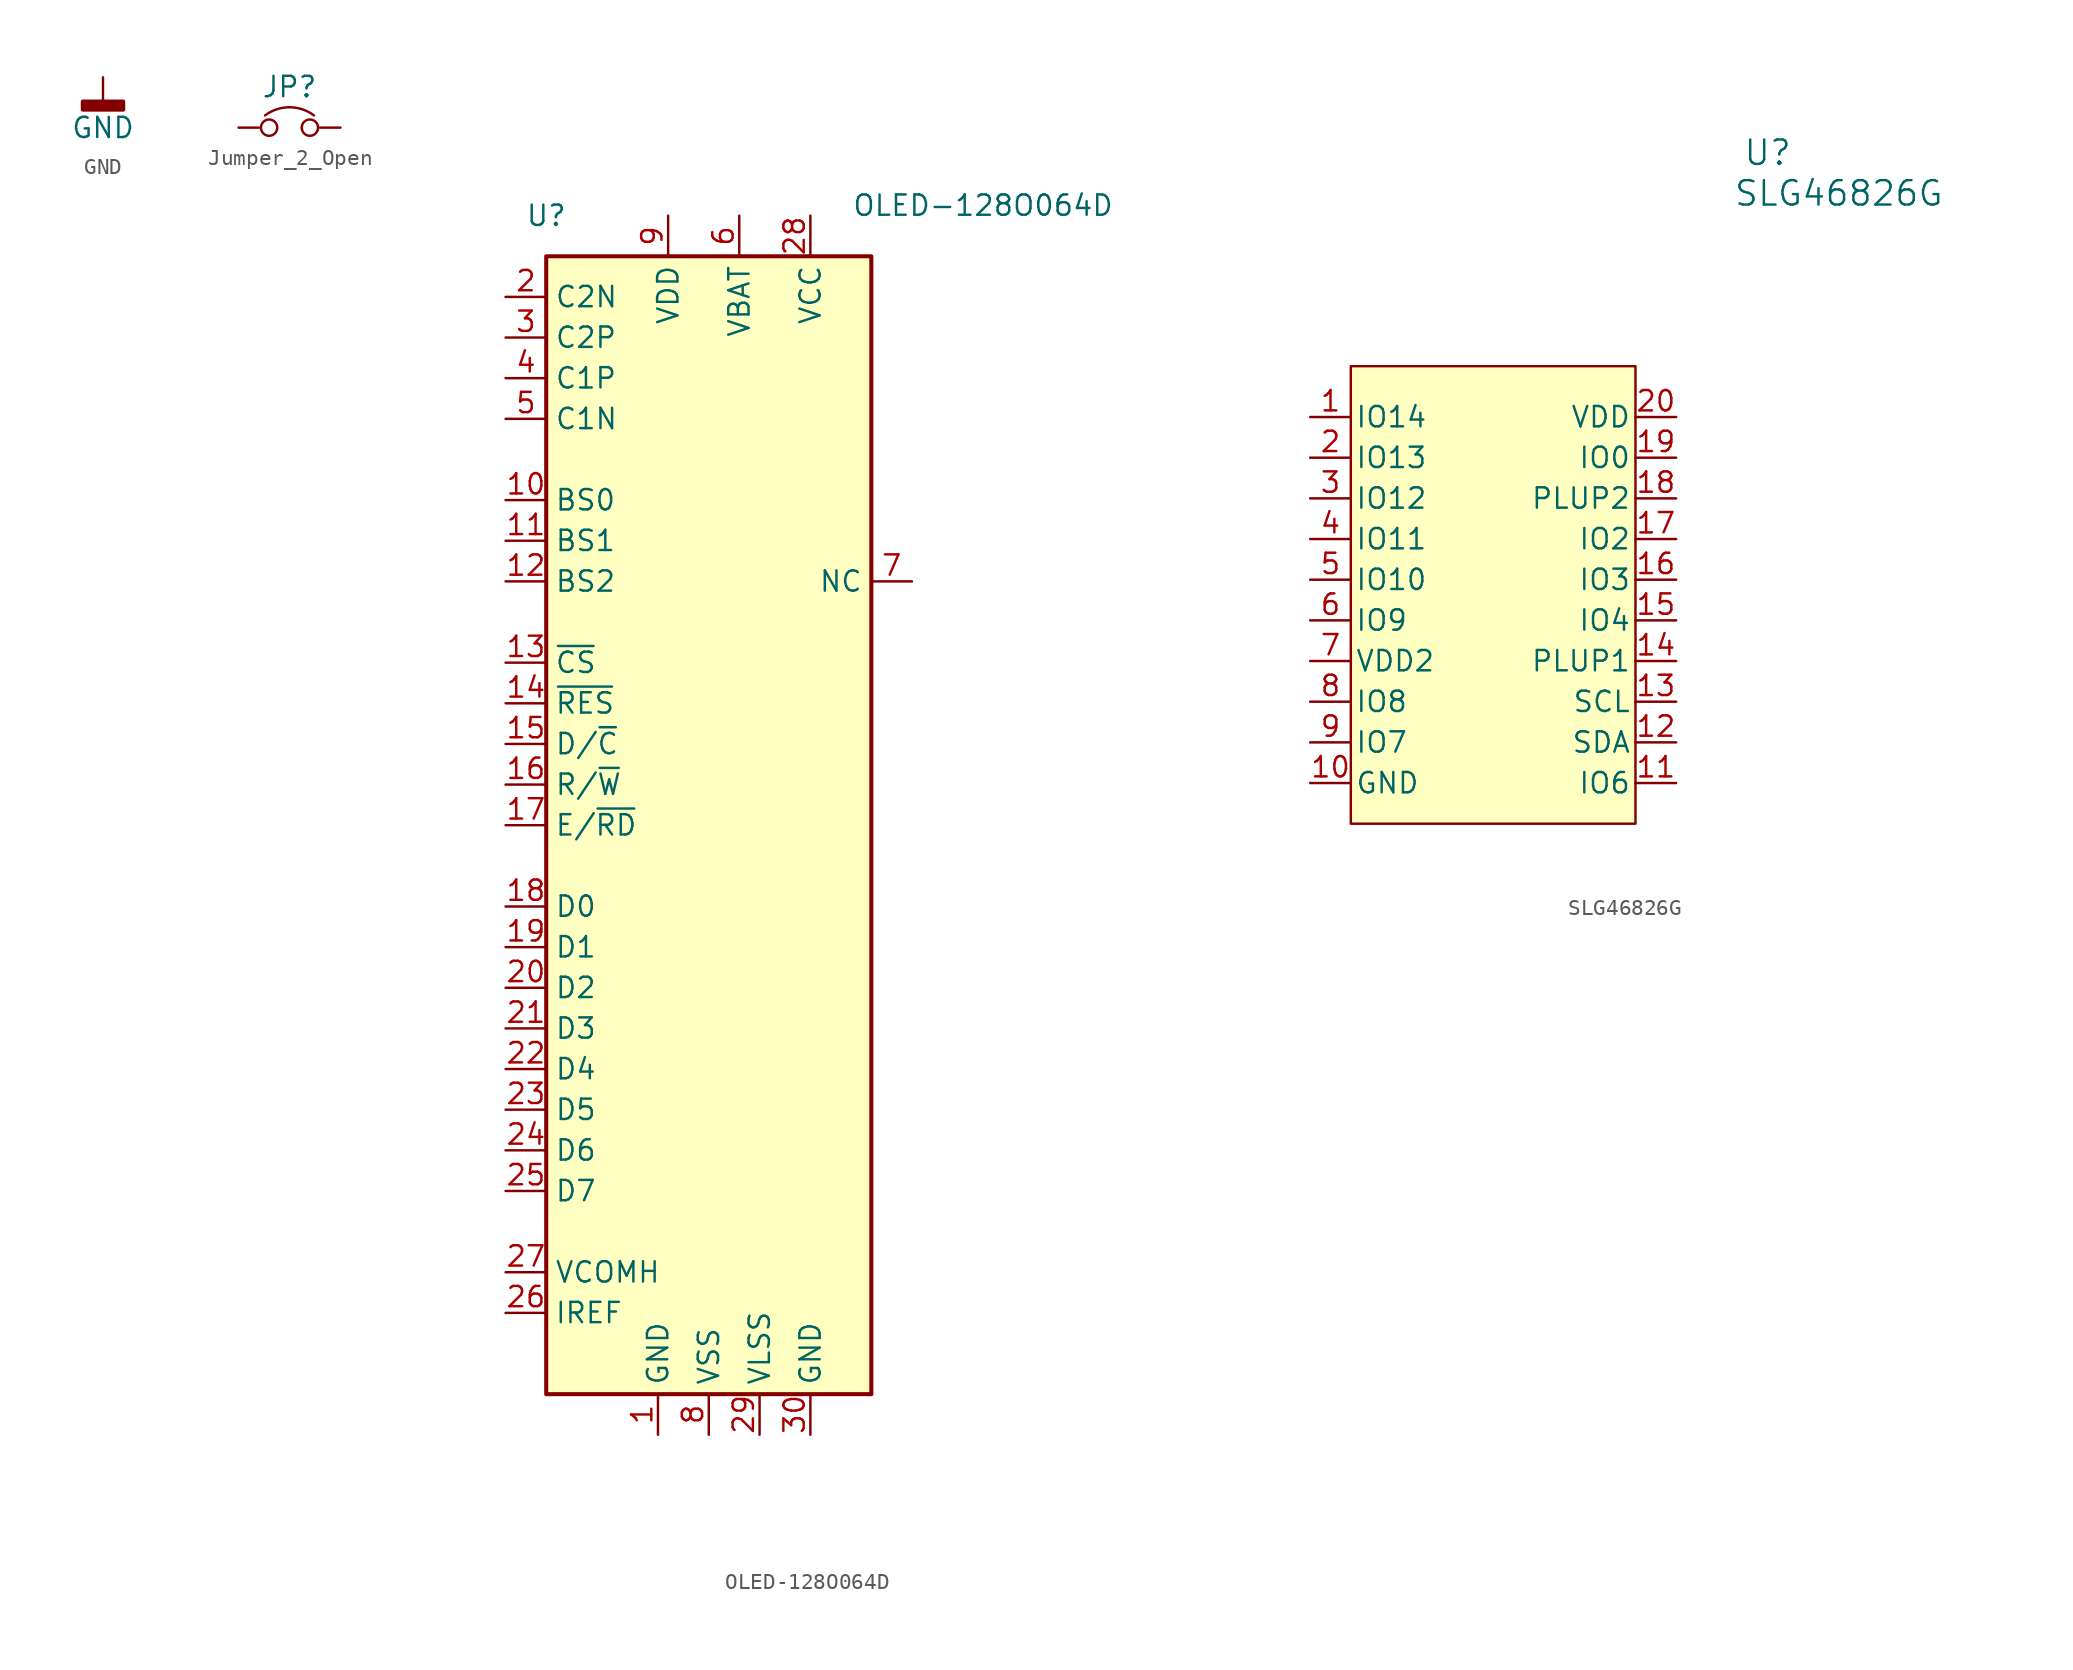
<source format=kicad_sym>
(kicad_symbol_lib
  (version 20220914)
  (generator kicad_symbol_editor)
  (symbol "GND"
    (power)
    (pin_names
      (offset 0))
    (property "Reference" "#PWR"
      (at 0 -6.35 0)
      (effects (font (size 1.27 1.27)) hide))
    (property "Value" "GND"
      (at 0 -3.175 0)
      (effects (font (size 1.27 1.27))))
    (symbol "GND_0_1"
      (rectangle (start -1.27 -1.524) (end 1.27 -2.032) (stroke (width 0.254) (type default)) (fill (type outline)))
      (polyline (pts (xy 0 0) (xy 0 -1.524)) (stroke (width 0) (type default)) (fill (type none))))
    (symbol "GND_1_1"
      (pin power_in line (at 0 0 270) (length 0) hide (name "GND" (effects (font (size 1.27 1.27)))) (number "1" (effects (font (size 1.27 1.27)))))))
  (symbol "Jumper_2_Open"
    (pin_numbers hide)
    (pin_names
      (offset 0) hide)
    (property "Reference" "JP"
      (at 0 2.54 0)
      (effects (font (size 1.27 1.27))))
    (symbol "Jumper_2_Open_0_0"
      (circle (center -1.27 0) (radius 0.508) (stroke (width 0) (type default)) (fill (type none)))
      (circle (center 1.27 0) (radius 0.508) (stroke (width 0) (type default)) (fill (type none))))
    (symbol "Jumper_2_Open_0_1"
      (arc (start 1.524 0.762) (mid 0 1.27) (end -1.524 0.762) (stroke (width 0) (type default)) (fill (type none))))
    (symbol "Jumper_2_Open_1_1"
      (pin passive line (at -3.175 0 0) (length 1.27) (name "1" (effects (font (size 1.27 1.27)))) (number "1" (effects (font (size 1.27 1.27)))))
      (pin passive line (at 3.175 0 180) (length 1.27) (name "2" (effects (font (size 1.27 1.27)))) (number "2" (effects (font (size 1.27 1.27)))))))
  (symbol "OLED-128O064D"
    (property "Reference" "U"
      (at -10.16 38.1 0)
      (effects (font (size 1.27 1.27))))
    (property "Value" "OLED-128O064D"
      (at 17.145 38.735 0)
      (effects (font (size 1.27 1.27))))
    (symbol "OLED-128O064D_0_1"
      (rectangle (start -10.16 35.56) (end 10.16 -35.56) (stroke (width 0.254) (type default)) (fill (type background))))
    (symbol "OLED-128O064D_1_1"
      (pin power_in line (at -3.175 -38.1 90) (length 2.54) (name "GND" (effects (font (size 1.27 1.27)))) (number "1" (effects (font (size 1.27 1.27)))))
      (pin input line (at -12.7 20.32 0) (length 2.54) (name "BS0" (effects (font (size 1.27 1.27)))) (number "10" (effects (font (size 1.27 1.27)))))
      (pin input line (at -12.7 17.78 0) (length 2.54) (name "BS1" (effects (font (size 1.27 1.27)))) (number "11" (effects (font (size 1.27 1.27)))))
      (pin input line (at -12.7 15.24 0) (length 2.54) (name "BS2" (effects (font (size 1.27 1.27)))) (number "12" (effects (font (size 1.27 1.27)))))
      (pin input line (at -12.7 10.16 0) (length 2.54) (name "~{CS}" (effects (font (size 1.27 1.27)))) (number "13" (effects (font (size 1.27 1.27)))))
      (pin input line (at -12.7 7.62 0) (length 2.54) (name "~{RES}" (effects (font (size 1.27 1.27)))) (number "14" (effects (font (size 1.27 1.27)))))
      (pin input line (at -12.7 5.08 0) (length 2.54) (name "D/~{C}" (effects (font (size 1.27 1.27)))) (number "15" (effects (font (size 1.27 1.27)))))
      (pin input line (at -12.7 2.54 0) (length 2.54) (name "R/~{W}" (effects (font (size 1.27 1.27)))) (number "16" (effects (font (size 1.27 1.27)))))
      (pin input line (at -12.7 0 0) (length 2.54) (name "E/~{RD}" (effects (font (size 1.27 1.27)))) (number "17" (effects (font (size 1.27 1.27)))))
      (pin passive line (at -12.7 -5.08 0) (length 2.54) (name "D0" (effects (font (size 1.27 1.27)))) (number "18" (effects (font (size 1.27 1.27)))))
      (pin passive line (at -12.7 -7.62 0) (length 2.54) (name "D1" (effects (font (size 1.27 1.27)))) (number "19" (effects (font (size 1.27 1.27)))))
      (pin passive line (at -12.7 33.02 0) (length 2.54) (name "C2N" (effects (font (size 1.27 1.27)))) (number "2" (effects (font (size 1.27 1.27)))))
      (pin passive line (at -12.7 -10.16 0) (length 2.54) (name "D2" (effects (font (size 1.27 1.27)))) (number "20" (effects (font (size 1.27 1.27)))))
      (pin passive line (at -12.7 -12.7 0) (length 2.54) (name "D3" (effects (font (size 1.27 1.27)))) (number "21" (effects (font (size 1.27 1.27)))))
      (pin passive line (at -12.7 -15.24 0) (length 2.54) (name "D4" (effects (font (size 1.27 1.27)))) (number "22" (effects (font (size 1.27 1.27)))))
      (pin passive line (at -12.7 -17.78 0) (length 2.54) (name "D5" (effects (font (size 1.27 1.27)))) (number "23" (effects (font (size 1.27 1.27)))))
      (pin passive line (at -12.7 -20.32 0) (length 2.54) (name "D6" (effects (font (size 1.27 1.27)))) (number "24" (effects (font (size 1.27 1.27)))))
      (pin passive line (at -12.7 -22.86 0) (length 2.54) (name "D7" (effects (font (size 1.27 1.27)))) (number "25" (effects (font (size 1.27 1.27)))))
      (pin passive line (at -12.7 -30.48 0) (length 2.54) (name "IREF" (effects (font (size 1.27 1.27)))) (number "26" (effects (font (size 1.27 1.27)))))
      (pin passive line (at -12.7 -27.94 0) (length 2.54) (name "VCOMH" (effects (font (size 1.27 1.27)))) (number "27" (effects (font (size 1.27 1.27)))))
      (pin passive line (at 6.35 38.1 270) (length 2.54) (name "VCC" (effects (font (size 1.27 1.27)))) (number "28" (effects (font (size 1.27 1.27)))))
      (pin power_in line (at 3.175 -38.1 90) (length 2.54) (name "VLSS" (effects (font (size 1.27 1.27)))) (number "29" (effects (font (size 1.27 1.27)))))
      (pin passive line (at -12.7 30.48 0) (length 2.54) (name "C2P" (effects (font (size 1.27 1.27)))) (number "3" (effects (font (size 1.27 1.27)))))
      (pin passive line (at 6.35 -38.1 90) (length 2.54) (name "GND" (effects (font (size 1.27 1.27)))) (number "30" (effects (font (size 1.27 1.27)))))
      (pin passive line (at -12.7 27.94 0) (length 2.54) (name "C1P" (effects (font (size 1.27 1.27)))) (number "4" (effects (font (size 1.27 1.27)))))
      (pin passive line (at -12.7 25.4 0) (length 2.54) (name "C1N" (effects (font (size 1.27 1.27)))) (number "5" (effects (font (size 1.27 1.27)))))
      (pin power_in line (at 1.905 38.1 270) (length 2.54) (name "VBAT" (effects (font (size 1.27 1.27)))) (number "6" (effects (font (size 1.27 1.27)))))
      (pin no_connect line (at 10.16 0 180) (length 2.54) hide (name "NC" (effects (font (size 1.27 1.27)))) (number "7" (effects (font (size 1.27 1.27)))))
      (pin free line (at 12.7 15.24 180) (length 2.54) (name "NC" (effects (font (size 1.27 1.27)))) (number "7" (effects (font (size 1.27 1.27)))))
      (pin power_in line (at 0 -38.1 90) (length 2.54) (name "VSS" (effects (font (size 1.27 1.27)))) (number "8" (effects (font (size 1.27 1.27)))))
      (pin power_in line (at -2.54 38.1 270) (length 2.54) (name "VDD" (effects (font (size 1.27 1.27)))) (number "9" (effects (font (size 1.27 1.27)))))))
  (symbol "SLG46826G"
    (pin_names
      (offset 0.254))
    (property "Reference" "U"
      (at 33.655 16.51 0)
      (effects (font (size 1.524 1.524))))
    (property "Value" "SLG46826G"
      (at 38.1 13.97 0)
      (effects (font (size 1.524 1.524))))
    (symbol "SLG46826G_1_1"
      (rectangle (start 7.62 3.175) (end 25.4 -25.4) (stroke (width 0) (type default)) (fill (type background)))
      (pin bidirectional line (at 5.08 0 0) (length 2.54) (name "IO14" (effects (font (size 1.27 1.27)))) (number "1" (effects (font (size 1.27 1.27)))))
      (pin input line (at 5.08 -22.86 0) (length 2.54) (name "GND" (effects (font (size 1.27 1.27)))) (number "10" (effects (font (size 1.27 1.27)))))
      (pin bidirectional line (at 27.94 -22.86 180) (length 2.54) (name "IO6" (effects (font (size 1.27 1.27)))) (number "11" (effects (font (size 1.27 1.27)))))
      (pin bidirectional line (at 27.94 -20.32 180) (length 2.54) (name "SDA" (effects (font (size 1.27 1.27)))) (number "12" (effects (font (size 1.27 1.27)))))
      (pin input line (at 27.94 -17.78 180) (length 2.54) (name "SCL" (effects (font (size 1.27 1.27)))) (number "13" (effects (font (size 1.27 1.27)))))
      (pin bidirectional line (at 27.94 -15.24 180) (length 2.54) (name "PLUP1" (effects (font (size 1.27 1.27)))) (number "14" (effects (font (size 1.27 1.27)))))
      (pin bidirectional line (at 27.94 -12.7 180) (length 2.54) (name "IO4" (effects (font (size 1.27 1.27)))) (number "15" (effects (font (size 1.27 1.27)))))
      (pin bidirectional line (at 27.94 -10.16 180) (length 2.54) (name "IO3" (effects (font (size 1.27 1.27)))) (number "16" (effects (font (size 1.27 1.27)))))
      (pin bidirectional line (at 27.94 -7.62 180) (length 2.54) (name "IO2" (effects (font (size 1.27 1.27)))) (number "17" (effects (font (size 1.27 1.27)))))
      (pin bidirectional line (at 27.94 -5.08 180) (length 2.54) (name "PLUP2" (effects (font (size 1.27 1.27)))) (number "18" (effects (font (size 1.27 1.27)))))
      (pin bidirectional line (at 27.94 -2.54 180) (length 2.54) (name "IO0" (effects (font (size 1.27 1.27)))) (number "19" (effects (font (size 1.27 1.27)))))
      (pin bidirectional line (at 5.08 -2.54 0) (length 2.54) (name "IO13" (effects (font (size 1.27 1.27)))) (number "2" (effects (font (size 1.27 1.27)))))
      (pin power_in line (at 27.94 0 180) (length 2.54) (name "VDD" (effects (font (size 1.27 1.27)))) (number "20" (effects (font (size 1.27 1.27)))))
      (pin bidirectional line (at 5.08 -5.08 0) (length 2.54) (name "IO12" (effects (font (size 1.27 1.27)))) (number "3" (effects (font (size 1.27 1.27)))))
      (pin bidirectional line (at 5.08 -7.62 0) (length 2.54) (name "IO11" (effects (font (size 1.27 1.27)))) (number "4" (effects (font (size 1.27 1.27)))))
      (pin bidirectional line (at 5.08 -10.16 0) (length 2.54) (name "IO10" (effects (font (size 1.27 1.27)))) (number "5" (effects (font (size 1.27 1.27)))))
      (pin bidirectional line (at 5.08 -12.7 0) (length 2.54) (name "IO9" (effects (font (size 1.27 1.27)))) (number "6" (effects (font (size 1.27 1.27)))))
      (pin power_in line (at 5.08 -15.24 0) (length 2.54) (name "VDD2" (effects (font (size 1.27 1.27)))) (number "7" (effects (font (size 1.27 1.27)))))
      (pin bidirectional line (at 5.08 -17.78 0) (length 2.54) (name "IO8" (effects (font (size 1.27 1.27)))) (number "8" (effects (font (size 1.27 1.27)))))
      (pin bidirectional line (at 5.08 -20.32 0) (length 2.54) (name "IO7" (effects (font (size 1.27 1.27)))) (number "9" (effects (font (size 1.27 1.27))))))))
</source>
